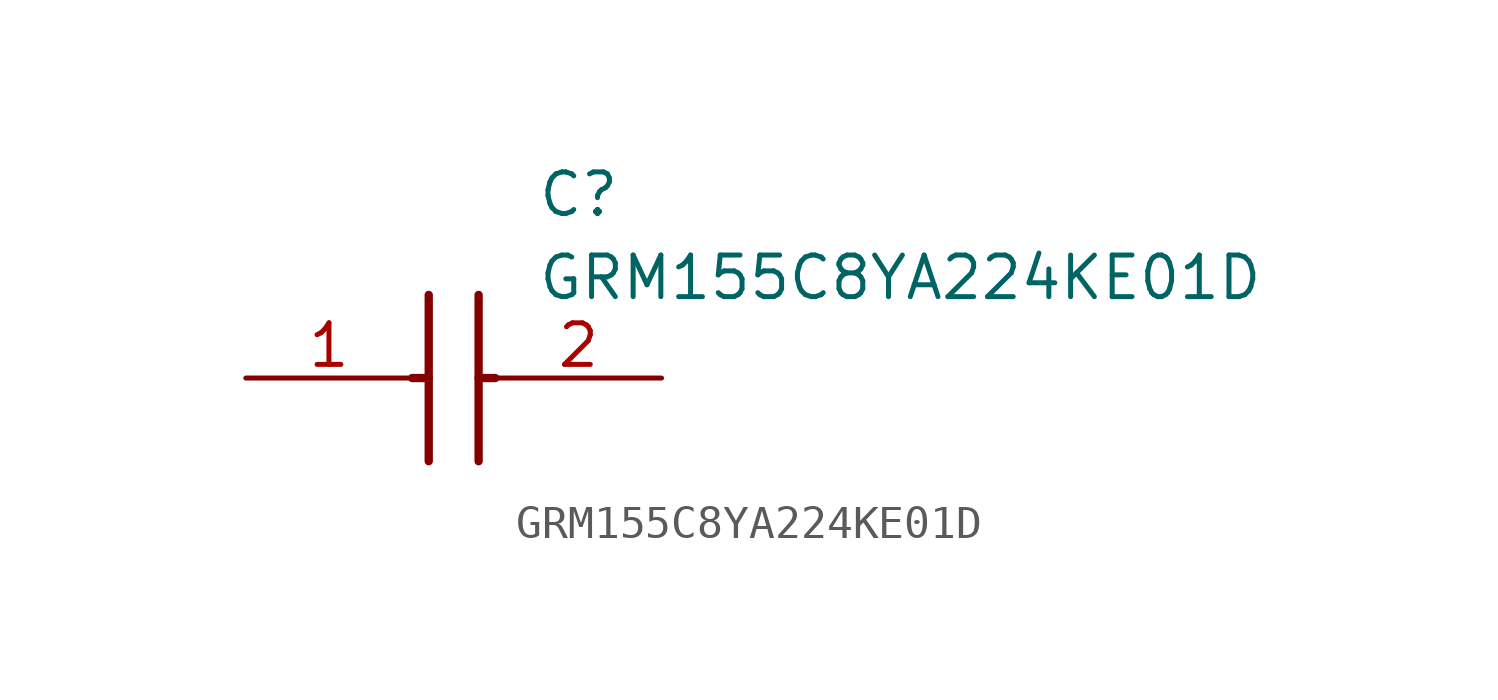
<source format=kicad_sym>
(kicad_symbol_lib
  (version 20211014)
  (generator SamacSys_ECAD_Model)
  (symbol "GRM155C8YA224KE01D"
    (pin_names hide)
    (property "Reference" "C"
      (at 8.89 6.35 0)
      (effects (font (size 1.27 1.27)) (justify left top)))
    (property "Value" "GRM155C8YA224KE01D"
      (at 8.89 3.81 0)
      (effects (font (size 1.27 1.27)) (justify left top)))
    (polyline
      (pts (xy 5.588 2.54) (xy 5.588 -2.54))
      (stroke (width 0.254) (type default))
      (fill (type none)))
    (polyline
      (pts (xy 7.112 2.54) (xy 7.112 -2.54))
      (stroke (width 0.254) (type default))
      (fill (type none)))
    (polyline
      (pts (xy 5.08 0) (xy 5.588 0))
      (stroke (width 0.254) (type default))
      (fill (type none)))
    (polyline
      (pts (xy 7.112 0) (xy 7.62 0))
      (stroke (width 0.254) (type default))
      (fill (type none)))
    (pin passive line
      (at 0 0 0)
      (length 5.08)
      (name "1" (effects (font (size 1.27 1.27))))
      (number "1" (effects (font (size 1.27 1.27)))))
    (pin passive line
      (at 12.7 0 180)
      (length 5.08)
      (name "2" (effects (font (size 1.27 1.27))))
      (number "2" (effects (font (size 1.27 1.27)))))))
</source>
